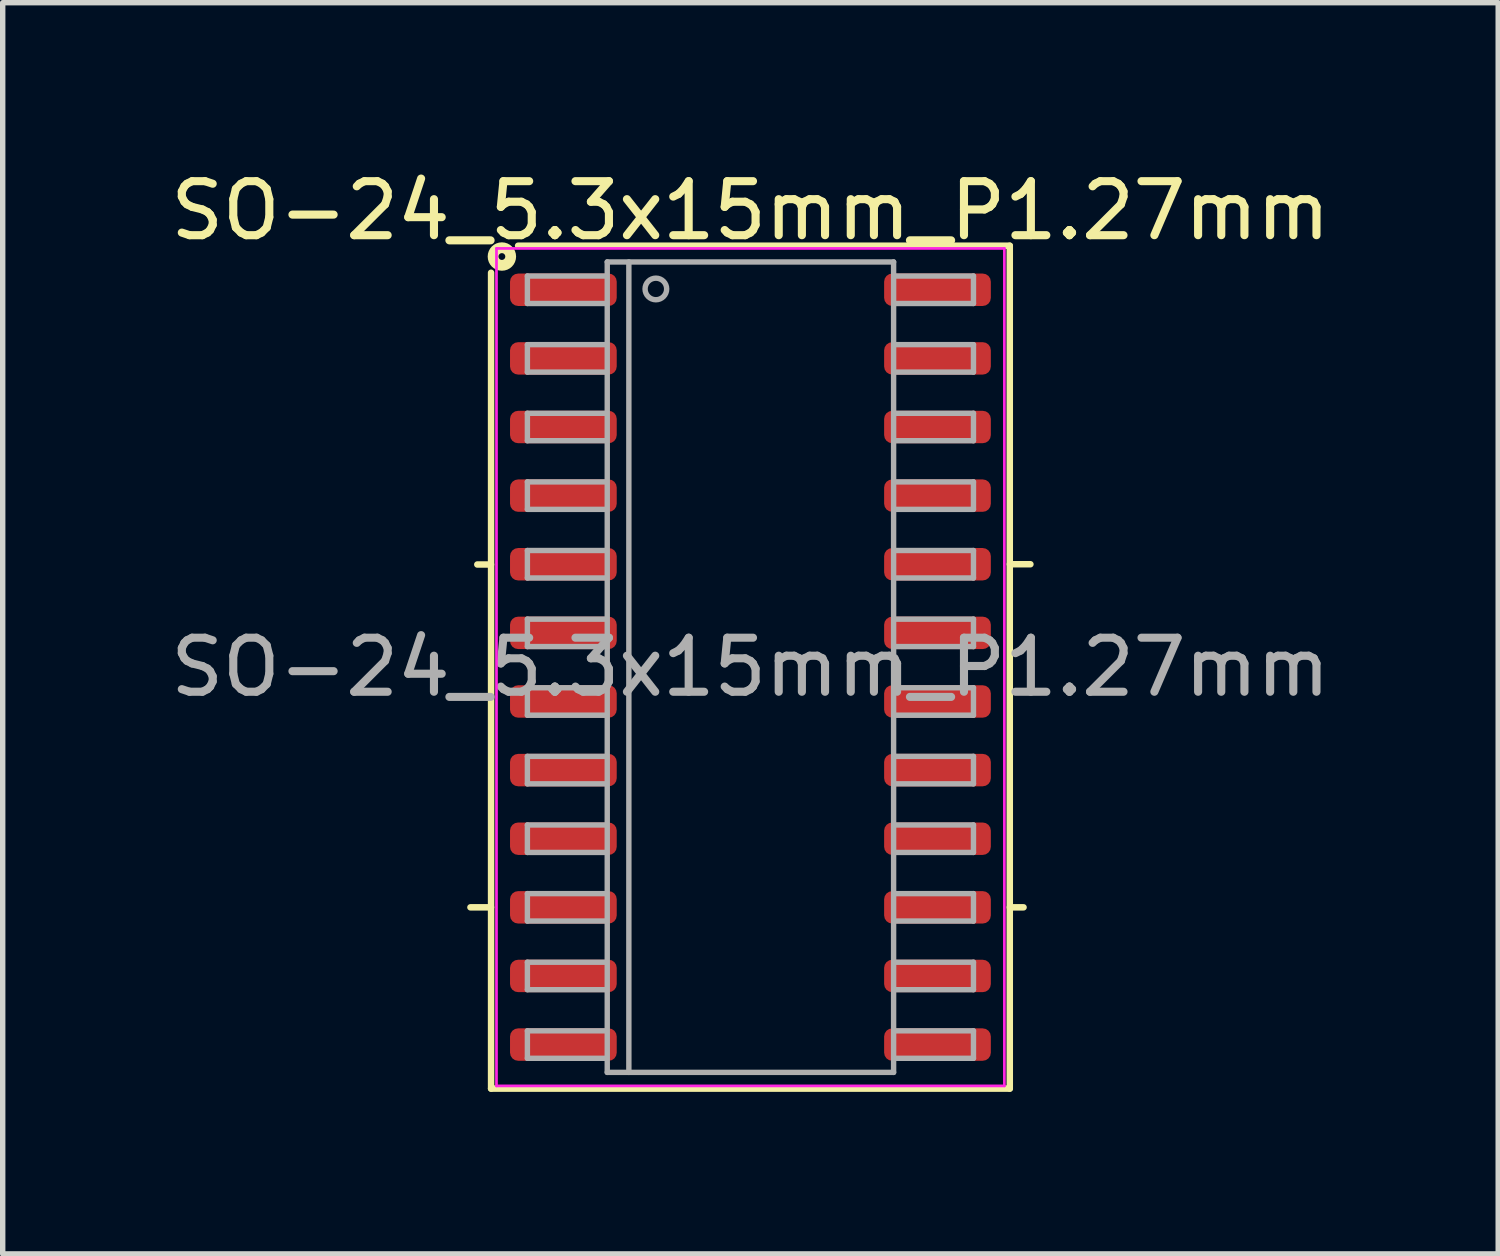
<source format=kicad_pcb>
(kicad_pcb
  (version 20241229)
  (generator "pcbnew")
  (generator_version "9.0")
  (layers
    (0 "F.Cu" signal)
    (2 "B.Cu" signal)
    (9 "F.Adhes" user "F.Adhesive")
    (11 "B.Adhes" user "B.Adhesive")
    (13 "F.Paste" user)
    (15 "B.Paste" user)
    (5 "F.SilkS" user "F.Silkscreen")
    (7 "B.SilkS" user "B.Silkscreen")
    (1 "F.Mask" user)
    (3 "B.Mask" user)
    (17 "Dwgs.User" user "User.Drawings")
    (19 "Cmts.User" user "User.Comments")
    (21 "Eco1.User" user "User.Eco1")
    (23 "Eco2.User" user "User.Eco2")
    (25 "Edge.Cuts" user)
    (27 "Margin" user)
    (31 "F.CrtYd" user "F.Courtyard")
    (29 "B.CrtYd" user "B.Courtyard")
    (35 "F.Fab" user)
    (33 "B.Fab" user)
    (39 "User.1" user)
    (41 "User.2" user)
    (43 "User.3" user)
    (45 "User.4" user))
  (footprint "SO-24_5.3x15mm_P1.27mm"
    (layer "F.Cu")
    (at 10.839 9.298)
    (property "Reference" "SO-24_5.3x15mm_P1.27mm" (at 0 -8.45 0) (layer "F.SilkS") (effects (font (size 1 1) (thickness 0.15))))
    (attr smd)
    (fp_line (start -4.801 -1.9) (end -5.055 -1.9) (stroke (width 0.12) (type solid)) (layer "F.SilkS"))
    (fp_line (start -4.801 4.445) (end -5.182 4.445) (stroke (width 0.12) (type solid)) (layer "F.SilkS"))
    (fp_line (start -4.8 -7.3) (end -4.8 7.8) (stroke (width 0.12) (type solid)) (layer "F.SilkS"))
    (fp_line (start -4.8 7.8) (end 4.8 7.8) (stroke (width 0.12) (type solid)) (layer "F.SilkS"))
    (fp_line (start 4.8 -7.8) (end -4.3 -7.8) (stroke (width 0.12) (type solid)) (layer "F.SilkS"))
    (fp_line (start 4.8 7.8) (end 4.8 -7.8) (stroke (width 0.12) (type solid)) (layer "F.SilkS"))
    (fp_line (start 5.055 4.445) (end 4.801 4.445) (stroke (width 0.12) (type solid)) (layer "F.SilkS"))
    (fp_line (start 5.182 -1.905) (end 4.801 -1.905) (stroke (width 0.12) (type solid)) (layer "F.SilkS"))
    (fp_circle (center -4.6 -7.6) (end -4.537 -7.6) (stroke (width 0.2) (type solid)) (fill no) (layer "F.SilkS"))
    (fp_line (start -4.7 -7.75) (end -4.7 7.75) (stroke (width 0.05) (type solid)) (layer "F.CrtYd"))
    (fp_line (start -4.7 7.75) (end 4.7 7.75) (stroke (width 0.05) (type solid)) (layer "F.CrtYd"))
    (fp_line (start 4.7 -7.75) (end -4.7 -7.75) (stroke (width 0.05) (type solid)) (layer "F.CrtYd"))
    (fp_line (start 4.7 7.75) (end 4.7 -7.75) (stroke (width 0.05) (type solid)) (layer "F.CrtYd"))
    (fp_line (start -4.128 -7.239) (end -4.128 -6.731) (stroke (width 0.1) (type solid)) (layer "F.Fab"))
    (fp_line (start -4.128 -7.239) (end -2.667 -7.239) (stroke (width 0.1) (type solid)) (layer "F.Fab"))
    (fp_line (start -4.128 -6.731) (end -2.667 -6.731) (stroke (width 0.1) (type solid)) (layer "F.Fab"))
    (fp_line (start -4.128 -5.969) (end -4.128 -5.461) (stroke (width 0.1) (type solid)) (layer "F.Fab"))
    (fp_line (start -4.128 -5.969) (end -2.667 -5.969) (stroke (width 0.1) (type solid)) (layer "F.Fab"))
    (fp_line (start -4.128 -5.461) (end -2.667 -5.461) (stroke (width 0.1) (type solid)) (layer "F.Fab"))
    (fp_line (start -4.128 -4.699) (end -4.128 -4.191) (stroke (width 0.1) (type solid)) (layer "F.Fab"))
    (fp_line (start -4.128 -4.699) (end -2.667 -4.699) (stroke (width 0.1) (type solid)) (layer "F.Fab"))
    (fp_line (start -4.128 -4.191) (end -2.667 -4.191) (stroke (width 0.1) (type solid)) (layer "F.Fab"))
    (fp_line (start -4.128 -3.429) (end -4.128 -2.921) (stroke (width 0.1) (type solid)) (layer "F.Fab"))
    (fp_line (start -4.128 -3.429) (end -2.667 -3.429) (stroke (width 0.1) (type solid)) (layer "F.Fab"))
    (fp_line (start -4.128 -2.921) (end -2.667 -2.921) (stroke (width 0.1) (type solid)) (layer "F.Fab"))
    (fp_line (start -4.128 -2.159) (end -4.128 -1.651) (stroke (width 0.1) (type solid)) (layer "F.Fab"))
    (fp_line (start -4.128 -2.159) (end -2.667 -2.159) (stroke (width 0.1) (type solid)) (layer "F.Fab"))
    (fp_line (start -4.128 -1.651) (end -2.667 -1.651) (stroke (width 0.1) (type solid)) (layer "F.Fab"))
    (fp_line (start -4.128 -0.889) (end -4.128 -0.381) (stroke (width 0.1) (type solid)) (layer "F.Fab"))
    (fp_line (start -4.128 -0.889) (end -2.667 -0.889) (stroke (width 0.1) (type solid)) (layer "F.Fab"))
    (fp_line (start -4.128 -0.381) (end -2.667 -0.381) (stroke (width 0.1) (type solid)) (layer "F.Fab"))
    (fp_line (start -4.128 0.381) (end -4.128 0.889) (stroke (width 0.1) (type solid)) (layer "F.Fab"))
    (fp_line (start -4.128 0.381) (end -2.667 0.381) (stroke (width 0.1) (type solid)) (layer "F.Fab"))
    (fp_line (start -4.128 0.889) (end -2.667 0.889) (stroke (width 0.1) (type solid)) (layer "F.Fab"))
    (fp_line (start -4.128 1.651) (end -4.128 2.159) (stroke (width 0.1) (type solid)) (layer "F.Fab"))
    (fp_line (start -4.128 1.651) (end -2.667 1.651) (stroke (width 0.1) (type solid)) (layer "F.Fab"))
    (fp_line (start -4.128 2.159) (end -2.667 2.159) (stroke (width 0.1) (type solid)) (layer "F.Fab"))
    (fp_line (start -4.128 2.921) (end -4.128 3.429) (stroke (width 0.1) (type solid)) (layer "F.Fab"))
    (fp_line (start -4.128 2.921) (end -2.667 2.921) (stroke (width 0.1) (type solid)) (layer "F.Fab"))
    (fp_line (start -4.128 3.429) (end -2.667 3.429) (stroke (width 0.1) (type solid)) (layer "F.Fab"))
    (fp_line (start -4.128 4.191) (end -4.128 4.699) (stroke (width 0.1) (type solid)) (layer "F.Fab"))
    (fp_line (start -4.128 4.191) (end -2.667 4.191) (stroke (width 0.1) (type solid)) (layer "F.Fab"))
    (fp_line (start -4.128 4.699) (end -2.667 4.699) (stroke (width 0.1) (type solid)) (layer "F.Fab"))
    (fp_line (start -4.128 5.461) (end -4.128 5.969) (stroke (width 0.1) (type solid)) (layer "F.Fab"))
    (fp_line (start -4.128 5.461) (end -2.667 5.461) (stroke (width 0.1) (type solid)) (layer "F.Fab"))
    (fp_line (start -4.128 5.969) (end -2.667 5.969) (stroke (width 0.1) (type solid)) (layer "F.Fab"))
    (fp_line (start -4.128 6.731) (end -4.128 7.239) (stroke (width 0.1) (type solid)) (layer "F.Fab"))
    (fp_line (start -4.128 6.731) (end -2.667 6.731) (stroke (width 0.1) (type solid)) (layer "F.Fab"))
    (fp_line (start -4.128 7.239) (end -2.667 7.239) (stroke (width 0.1) (type solid)) (layer "F.Fab"))
    (fp_line (start -2.65 -7.5) (end 2.65 -7.5) (stroke (width 0.1) (type solid)) (layer "F.Fab"))
    (fp_line (start -2.65 7.5) (end -2.65 -7.5) (stroke (width 0.1) (type solid)) (layer "F.Fab"))
    (fp_line (start -2.25 -7.5) (end -2.25 7.5) (stroke (width 0.1) (type solid)) (layer "F.Fab"))
    (fp_line (start 2.65 -7.5) (end 2.65 7.5) (stroke (width 0.1) (type solid)) (layer "F.Fab"))
    (fp_line (start 2.65 7.5) (end -2.65 7.5) (stroke (width 0.1) (type solid)) (layer "F.Fab"))
    (fp_line (start 4.128 -7.239) (end 2.667 -7.239) (stroke (width 0.1) (type solid)) (layer "F.Fab"))
    (fp_line (start 4.128 -6.731) (end 2.667 -6.731) (stroke (width 0.1) (type solid)) (layer "F.Fab"))
    (fp_line (start 4.128 -6.731) (end 4.128 -7.239) (stroke (width 0.1) (type solid)) (layer "F.Fab"))
    (fp_line (start 4.128 -5.969) (end 2.667 -5.969) (stroke (width 0.1) (type solid)) (layer "F.Fab"))
    (fp_line (start 4.128 -5.461) (end 2.667 -5.461) (stroke (width 0.1) (type solid)) (layer "F.Fab"))
    (fp_line (start 4.128 -5.461) (end 4.128 -5.969) (stroke (width 0.1) (type solid)) (layer "F.Fab"))
    (fp_line (start 4.128 -4.699) (end 2.667 -4.699) (stroke (width 0.1) (type solid)) (layer "F.Fab"))
    (fp_line (start 4.128 -4.191) (end 2.667 -4.191) (stroke (width 0.1) (type solid)) (layer "F.Fab"))
    (fp_line (start 4.128 -4.191) (end 4.128 -4.699) (stroke (width 0.1) (type solid)) (layer "F.Fab"))
    (fp_line (start 4.128 -3.429) (end 2.667 -3.429) (stroke (width 0.1) (type solid)) (layer "F.Fab"))
    (fp_line (start 4.128 -2.921) (end 2.667 -2.921) (stroke (width 0.1) (type solid)) (layer "F.Fab"))
    (fp_line (start 4.128 -2.921) (end 4.128 -3.429) (stroke (width 0.1) (type solid)) (layer "F.Fab"))
    (fp_line (start 4.128 -2.159) (end 2.667 -2.159) (stroke (width 0.1) (type solid)) (layer "F.Fab"))
    (fp_line (start 4.128 -1.651) (end 2.667 -1.651) (stroke (width 0.1) (type solid)) (layer "F.Fab"))
    (fp_line (start 4.128 -1.651) (end 4.128 -2.159) (stroke (width 0.1) (type solid)) (layer "F.Fab"))
    (fp_line (start 4.128 -0.889) (end 2.667 -0.889) (stroke (width 0.1) (type solid)) (layer "F.Fab"))
    (fp_line (start 4.128 -0.381) (end 2.667 -0.381) (stroke (width 0.1) (type solid)) (layer "F.Fab"))
    (fp_line (start 4.128 -0.381) (end 4.128 -0.889) (stroke (width 0.1) (type solid)) (layer "F.Fab"))
    (fp_line (start 4.128 0.381) (end 2.667 0.381) (stroke (width 0.1) (type solid)) (layer "F.Fab"))
    (fp_line (start 4.128 0.889) (end 2.667 0.889) (stroke (width 0.1) (type solid)) (layer "F.Fab"))
    (fp_line (start 4.128 0.889) (end 4.128 0.381) (stroke (width 0.1) (type solid)) (layer "F.Fab"))
    (fp_line (start 4.128 1.651) (end 2.667 1.651) (stroke (width 0.1) (type solid)) (layer "F.Fab"))
    (fp_line (start 4.128 2.159) (end 2.667 2.159) (stroke (width 0.1) (type solid)) (layer "F.Fab"))
    (fp_line (start 4.128 2.159) (end 4.128 1.651) (stroke (width 0.1) (type solid)) (layer "F.Fab"))
    (fp_line (start 4.128 2.921) (end 2.667 2.921) (stroke (width 0.1) (type solid)) (layer "F.Fab"))
    (fp_line (start 4.128 3.429) (end 2.667 3.429) (stroke (width 0.1) (type solid)) (layer "F.Fab"))
    (fp_line (start 4.128 3.429) (end 4.128 2.921) (stroke (width 0.1) (type solid)) (layer "F.Fab"))
    (fp_line (start 4.128 4.191) (end 2.667 4.191) (stroke (width 0.1) (type solid)) (layer "F.Fab"))
    (fp_line (start 4.128 4.699) (end 2.667 4.699) (stroke (width 0.1) (type solid)) (layer "F.Fab"))
    (fp_line (start 4.128 4.699) (end 4.128 4.191) (stroke (width 0.1) (type solid)) (layer "F.Fab"))
    (fp_line (start 4.128 5.461) (end 2.667 5.461) (stroke (width 0.1) (type solid)) (layer "F.Fab"))
    (fp_line (start 4.128 5.969) (end 2.667 5.969) (stroke (width 0.1) (type solid)) (layer "F.Fab"))
    (fp_line (start 4.128 5.969) (end 4.128 5.461) (stroke (width 0.1) (type solid)) (layer "F.Fab"))
    (fp_line (start 4.128 6.731) (end 2.667 6.731) (stroke (width 0.1) (type solid)) (layer "F.Fab"))
    (fp_line (start 4.128 7.239) (end 2.667 7.239) (stroke (width 0.1) (type solid)) (layer "F.Fab"))
    (fp_line (start 4.128 7.239) (end 4.128 6.731) (stroke (width 0.1) (type solid)) (layer "F.Fab"))
    (fp_circle (center -1.75 -7) (end -1.55 -7) (stroke (width 0.1) (type solid)) (fill no) (layer "F.Fab"))
    (fp_text user "${REFERENCE}" (at 0 0 0) (layer "F.Fab") (effects (font (size 1 1) (thickness 0.15))))
    (pad "1" smd roundrect (at -3.462 -6.985) (size 1.975 0.6) (layers "F.Cu" "F.Mask" "F.Paste") (roundrect_rratio 0.25))
    (pad "2" smd roundrect (at -3.462 -5.715) (size 1.975 0.6) (layers "F.Cu" "F.Mask" "F.Paste") (roundrect_rratio 0.25))
    (pad "3" smd roundrect (at -3.462 -4.445) (size 1.975 0.6) (layers "F.Cu" "F.Mask" "F.Paste") (roundrect_rratio 0.25))
    (pad "4" smd roundrect (at -3.462 -3.175) (size 1.975 0.6) (layers "F.Cu" "F.Mask" "F.Paste") (roundrect_rratio 0.25))
    (pad "5" smd roundrect (at -3.462 -1.905) (size 1.975 0.6) (layers "F.Cu" "F.Mask" "F.Paste") (roundrect_rratio 0.25))
    (pad "6" smd roundrect (at -3.462 -0.635) (size 1.975 0.6) (layers "F.Cu" "F.Mask" "F.Paste") (roundrect_rratio 0.25))
    (pad "7" smd roundrect (at -3.462 0.635) (size 1.975 0.6) (layers "F.Cu" "F.Mask" "F.Paste") (roundrect_rratio 0.25))
    (pad "8" smd roundrect (at -3.462 1.905) (size 1.975 0.6) (layers "F.Cu" "F.Mask" "F.Paste") (roundrect_rratio 0.25))
    (pad "9" smd roundrect (at -3.462 3.175) (size 1.975 0.6) (layers "F.Cu" "F.Mask" "F.Paste") (roundrect_rratio 0.25))
    (pad "10" smd roundrect (at -3.462 4.445) (size 1.975 0.6) (layers "F.Cu" "F.Mask" "F.Paste") (roundrect_rratio 0.25))
    (pad "11" smd roundrect (at -3.462 5.715) (size 1.975 0.6) (layers "F.Cu" "F.Mask" "F.Paste") (roundrect_rratio 0.25))
    (pad "12" smd roundrect (at -3.462 6.985) (size 1.975 0.6) (layers "F.Cu" "F.Mask" "F.Paste") (roundrect_rratio 0.25))
    (pad "13" smd roundrect (at 3.462 6.985) (size 1.975 0.6) (layers "F.Cu" "F.Mask" "F.Paste") (roundrect_rratio 0.25))
    (pad "14" smd roundrect (at 3.462 5.715) (size 1.975 0.6) (layers "F.Cu" "F.Mask" "F.Paste") (roundrect_rratio 0.25))
    (pad "15" smd roundrect (at 3.462 4.445) (size 1.975 0.6) (layers "F.Cu" "F.Mask" "F.Paste") (roundrect_rratio 0.25))
    (pad "16" smd roundrect (at 3.462 3.175) (size 1.975 0.6) (layers "F.Cu" "F.Mask" "F.Paste") (roundrect_rratio 0.25))
    (pad "17" smd roundrect (at 3.462 1.905) (size 1.975 0.6) (layers "F.Cu" "F.Mask" "F.Paste") (roundrect_rratio 0.25))
    (pad "18" smd roundrect (at 3.462 0.635) (size 1.975 0.6) (layers "F.Cu" "F.Mask" "F.Paste") (roundrect_rratio 0.25))
    (pad "19" smd roundrect (at 3.462 -0.635) (size 1.975 0.6) (layers "F.Cu" "F.Mask" "F.Paste") (roundrect_rratio 0.25))
    (pad "20" smd roundrect (at 3.462 -1.905) (size 1.975 0.6) (layers "F.Cu" "F.Mask" "F.Paste") (roundrect_rratio 0.25))
    (pad "21" smd roundrect (at 3.462 -3.175) (size 1.975 0.6) (layers "F.Cu" "F.Mask" "F.Paste") (roundrect_rratio 0.25))
    (pad "22" smd roundrect (at 3.462 -4.445) (size 1.975 0.6) (layers "F.Cu" "F.Mask" "F.Paste") (roundrect_rratio 0.25))
    (pad "23" smd roundrect (at 3.462 -5.715) (size 1.975 0.6) (layers "F.Cu" "F.Mask" "F.Paste") (roundrect_rratio 0.25))
    (pad "24" smd roundrect (at 3.462 -6.985) (size 1.975 0.6) (layers "F.Cu" "F.Mask" "F.Paste") (roundrect_rratio 0.25)))
  (gr_rect
    (start -3 -3)
    (end 24.679 20.158)
    (stroke (width 0.1) (type default))
    (fill no)
    (layer "Edge.Cuts")))
</source>
